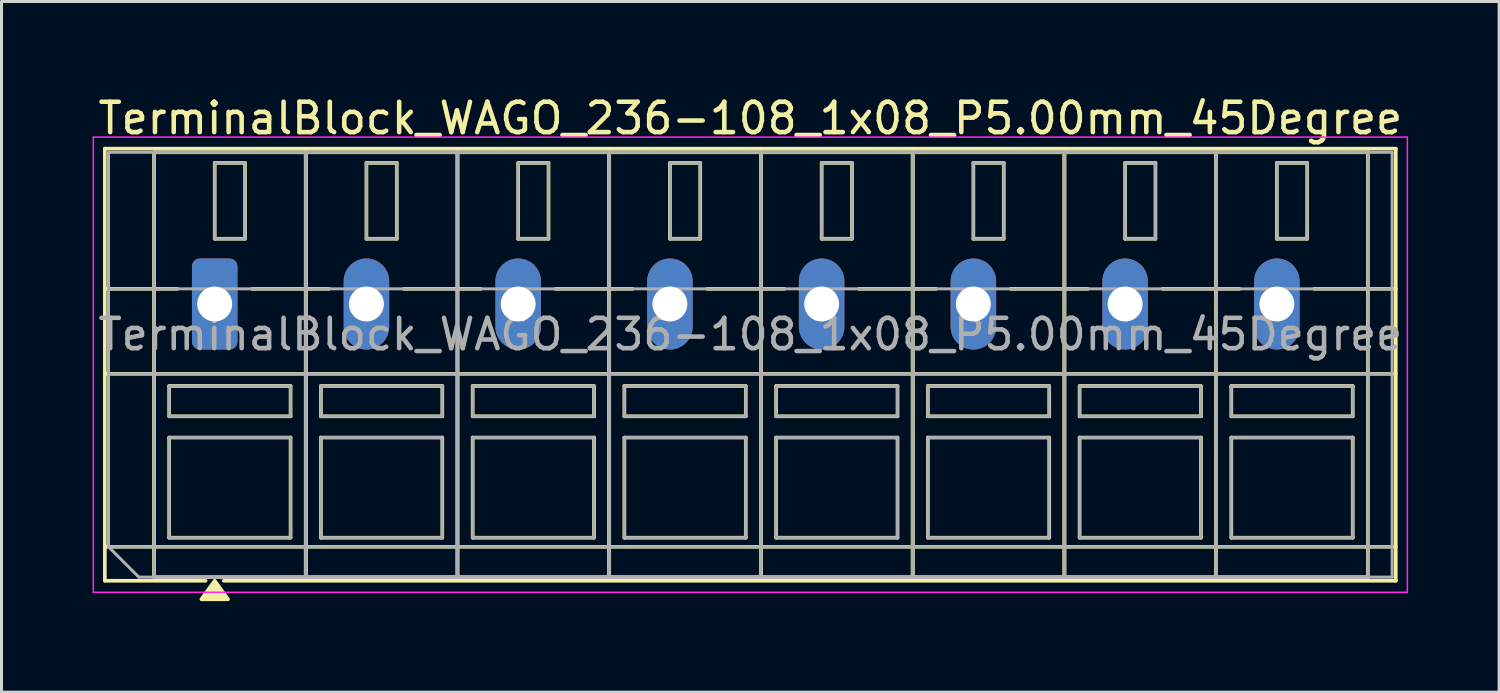
<source format=kicad_pcb>
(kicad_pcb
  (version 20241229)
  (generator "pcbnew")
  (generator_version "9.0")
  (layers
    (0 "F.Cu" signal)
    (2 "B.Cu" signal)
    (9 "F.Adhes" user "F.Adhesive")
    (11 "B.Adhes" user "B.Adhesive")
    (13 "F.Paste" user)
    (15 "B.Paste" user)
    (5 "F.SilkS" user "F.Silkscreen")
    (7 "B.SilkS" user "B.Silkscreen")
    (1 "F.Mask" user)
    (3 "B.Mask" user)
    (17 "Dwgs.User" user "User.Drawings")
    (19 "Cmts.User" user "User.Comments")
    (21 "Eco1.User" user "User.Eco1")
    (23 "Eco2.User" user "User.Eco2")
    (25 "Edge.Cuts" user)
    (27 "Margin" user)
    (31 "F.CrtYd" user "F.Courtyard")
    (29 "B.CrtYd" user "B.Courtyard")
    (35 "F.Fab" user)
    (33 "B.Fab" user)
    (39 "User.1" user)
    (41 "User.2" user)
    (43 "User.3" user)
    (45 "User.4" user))
  (footprint "TerminalBlock_WAGO_236-108_1x08_P5.00mm_45Degree"
    (layer "F.Cu")
    (at 4.025 6.968)
    (property "Reference" "TerminalBlock_WAGO_236-108_1x08_P5.00mm_45Degree" (at 17.65 -6.12 0) (layer "F.SilkS") (effects (font (size 1 1) (thickness 0.15))))
    (attr through_hole)
    (fp_line (start -3.62 -5.12) (end 38.92 -5.12) (stroke (width 0.12) (type solid)) (layer "F.SilkS"))
    (fp_line (start -3.62 -0.5) (end -1.23 -0.5) (stroke (width 0.12) (type solid)) (layer "F.SilkS"))
    (fp_line (start -3.62 2.3) (end 38.92 2.3) (stroke (width 0.12) (type solid)) (layer "F.SilkS"))
    (fp_line (start -3.62 8) (end 38.92 8) (stroke (width 0.12) (type solid)) (layer "F.SilkS"))
    (fp_line (start -3.62 9.12) (end -3.62 -5.12) (stroke (width 0.12) (type solid)) (layer "F.SilkS"))
    (fp_line (start -2 -5) (end 3 -5) (stroke (width 0.12) (type solid)) (layer "F.SilkS"))
    (fp_line (start -2 9) (end -2 -5) (stroke (width 0.12) (type solid)) (layer "F.SilkS"))
    (fp_line (start -1.5 2.7) (end 2.5 2.7) (stroke (width 0.12) (type solid)) (layer "F.SilkS"))
    (fp_line (start -1.5 3.7) (end -1.5 2.7) (stroke (width 0.12) (type solid)) (layer "F.SilkS"))
    (fp_line (start -1.5 4.4) (end 2.5 4.4) (stroke (width 0.12) (type solid)) (layer "F.SilkS"))
    (fp_line (start -1.5 7.7) (end -1.5 4.4) (stroke (width 0.12) (type solid)) (layer "F.SilkS"))
    (fp_line (start -0.3 9.12) (end -3.62 9.12) (stroke (width 0.12) (type solid)) (layer "F.SilkS"))
    (fp_line (start 0 -4.65) (end 1 -4.65) (stroke (width 0.12) (type solid)) (layer "F.SilkS"))
    (fp_line (start 0 -2.15) (end 0 -4.65) (stroke (width 0.12) (type solid)) (layer "F.SilkS"))
    (fp_line (start 1 -4.65) (end 1 -2.15) (stroke (width 0.12) (type solid)) (layer "F.SilkS"))
    (fp_line (start 1 -2.15) (end 0 -2.15) (stroke (width 0.12) (type solid)) (layer "F.SilkS"))
    (fp_line (start 1.23 -0.5) (end 3.77 -0.5) (stroke (width 0.12) (type solid)) (layer "F.SilkS"))
    (fp_line (start 2.5 2.7) (end 2.5 3.7) (stroke (width 0.12) (type solid)) (layer "F.SilkS"))
    (fp_line (start 2.5 3.7) (end -1.5 3.7) (stroke (width 0.12) (type solid)) (layer "F.SilkS"))
    (fp_line (start 2.5 4.4) (end 2.5 7.7) (stroke (width 0.12) (type solid)) (layer "F.SilkS"))
    (fp_line (start 2.5 7.7) (end -1.5 7.7) (stroke (width 0.12) (type solid)) (layer "F.SilkS"))
    (fp_line (start 3 -5) (end 3 9) (stroke (width 0.12) (type solid)) (layer "F.SilkS"))
    (fp_line (start 3 -5) (end 8 -5) (stroke (width 0.12) (type solid)) (layer "F.SilkS"))
    (fp_line (start 3 9) (end -2 9) (stroke (width 0.12) (type solid)) (layer "F.SilkS"))
    (fp_line (start 3 9) (end 3 -5) (stroke (width 0.12) (type solid)) (layer "F.SilkS"))
    (fp_line (start 3.5 2.7) (end 7.5 2.7) (stroke (width 0.12) (type solid)) (layer "F.SilkS"))
    (fp_line (start 3.5 3.7) (end 3.5 2.7) (stroke (width 0.12) (type solid)) (layer "F.SilkS"))
    (fp_line (start 3.5 4.4) (end 7.5 4.4) (stroke (width 0.12) (type solid)) (layer "F.SilkS"))
    (fp_line (start 3.5 7.7) (end 3.5 4.4) (stroke (width 0.12) (type solid)) (layer "F.SilkS"))
    (fp_line (start 5 -4.65) (end 6 -4.65) (stroke (width 0.12) (type solid)) (layer "F.SilkS"))
    (fp_line (start 5 -2.15) (end 5 -4.65) (stroke (width 0.12) (type solid)) (layer "F.SilkS"))
    (fp_line (start 6 -4.65) (end 6 -2.15) (stroke (width 0.12) (type solid)) (layer "F.SilkS"))
    (fp_line (start 6 -2.15) (end 5 -2.15) (stroke (width 0.12) (type solid)) (layer "F.SilkS"))
    (fp_line (start 6.23 -0.5) (end 8.77 -0.5) (stroke (width 0.12) (type solid)) (layer "F.SilkS"))
    (fp_line (start 7.5 2.7) (end 7.5 3.7) (stroke (width 0.12) (type solid)) (layer "F.SilkS"))
    (fp_line (start 7.5 3.7) (end 3.5 3.7) (stroke (width 0.12) (type solid)) (layer "F.SilkS"))
    (fp_line (start 7.5 4.4) (end 7.5 7.7) (stroke (width 0.12) (type solid)) (layer "F.SilkS"))
    (fp_line (start 7.5 7.7) (end 3.5 7.7) (stroke (width 0.12) (type solid)) (layer "F.SilkS"))
    (fp_line (start 8 -5) (end 8 9) (stroke (width 0.12) (type solid)) (layer "F.SilkS"))
    (fp_line (start 8 -5) (end 13 -5) (stroke (width 0.12) (type solid)) (layer "F.SilkS"))
    (fp_line (start 8 9) (end 3 9) (stroke (width 0.12) (type solid)) (layer "F.SilkS"))
    (fp_line (start 8 9) (end 8 -5) (stroke (width 0.12) (type solid)) (layer "F.SilkS"))
    (fp_line (start 8.5 2.7) (end 12.5 2.7) (stroke (width 0.12) (type solid)) (layer "F.SilkS"))
    (fp_line (start 8.5 3.7) (end 8.5 2.7) (stroke (width 0.12) (type solid)) (layer "F.SilkS"))
    (fp_line (start 8.5 4.4) (end 12.5 4.4) (stroke (width 0.12) (type solid)) (layer "F.SilkS"))
    (fp_line (start 8.5 7.7) (end 8.5 4.4) (stroke (width 0.12) (type solid)) (layer "F.SilkS"))
    (fp_line (start 10 -4.65) (end 11 -4.65) (stroke (width 0.12) (type solid)) (layer "F.SilkS"))
    (fp_line (start 10 -2.15) (end 10 -4.65) (stroke (width 0.12) (type solid)) (layer "F.SilkS"))
    (fp_line (start 11 -4.65) (end 11 -2.15) (stroke (width 0.12) (type solid)) (layer "F.SilkS"))
    (fp_line (start 11 -2.15) (end 10 -2.15) (stroke (width 0.12) (type solid)) (layer "F.SilkS"))
    (fp_line (start 11.23 -0.5) (end 13.77 -0.5) (stroke (width 0.12) (type solid)) (layer "F.SilkS"))
    (fp_line (start 12.5 2.7) (end 12.5 3.7) (stroke (width 0.12) (type solid)) (layer "F.SilkS"))
    (fp_line (start 12.5 3.7) (end 8.5 3.7) (stroke (width 0.12) (type solid)) (layer "F.SilkS"))
    (fp_line (start 12.5 4.4) (end 12.5 7.7) (stroke (width 0.12) (type solid)) (layer "F.SilkS"))
    (fp_line (start 12.5 7.7) (end 8.5 7.7) (stroke (width 0.12) (type solid)) (layer "F.SilkS"))
    (fp_line (start 13 -5) (end 13 9) (stroke (width 0.12) (type solid)) (layer "F.SilkS"))
    (fp_line (start 13 -5) (end 18 -5) (stroke (width 0.12) (type solid)) (layer "F.SilkS"))
    (fp_line (start 13 9) (end 8 9) (stroke (width 0.12) (type solid)) (layer "F.SilkS"))
    (fp_line (start 13 9) (end 13 -5) (stroke (width 0.12) (type solid)) (layer "F.SilkS"))
    (fp_line (start 13.5 2.7) (end 17.5 2.7) (stroke (width 0.12) (type solid)) (layer "F.SilkS"))
    (fp_line (start 13.5 3.7) (end 13.5 2.7) (stroke (width 0.12) (type solid)) (layer "F.SilkS"))
    (fp_line (start 13.5 4.4) (end 17.5 4.4) (stroke (width 0.12) (type solid)) (layer "F.SilkS"))
    (fp_line (start 13.5 7.7) (end 13.5 4.4) (stroke (width 0.12) (type solid)) (layer "F.SilkS"))
    (fp_line (start 15 -4.65) (end 16 -4.65) (stroke (width 0.12) (type solid)) (layer "F.SilkS"))
    (fp_line (start 15 -2.15) (end 15 -4.65) (stroke (width 0.12) (type solid)) (layer "F.SilkS"))
    (fp_line (start 16 -4.65) (end 16 -2.15) (stroke (width 0.12) (type solid)) (layer "F.SilkS"))
    (fp_line (start 16 -2.15) (end 15 -2.15) (stroke (width 0.12) (type solid)) (layer "F.SilkS"))
    (fp_line (start 16.23 -0.5) (end 18.77 -0.5) (stroke (width 0.12) (type solid)) (layer "F.SilkS"))
    (fp_line (start 17.5 2.7) (end 17.5 3.7) (stroke (width 0.12) (type solid)) (layer "F.SilkS"))
    (fp_line (start 17.5 3.7) (end 13.5 3.7) (stroke (width 0.12) (type solid)) (layer "F.SilkS"))
    (fp_line (start 17.5 4.4) (end 17.5 7.7) (stroke (width 0.12) (type solid)) (layer "F.SilkS"))
    (fp_line (start 17.5 7.7) (end 13.5 7.7) (stroke (width 0.12) (type solid)) (layer "F.SilkS"))
    (fp_line (start 18 -5) (end 18 9) (stroke (width 0.12) (type solid)) (layer "F.SilkS"))
    (fp_line (start 18 -5) (end 23 -5) (stroke (width 0.12) (type solid)) (layer "F.SilkS"))
    (fp_line (start 18 9) (end 13 9) (stroke (width 0.12) (type solid)) (layer "F.SilkS"))
    (fp_line (start 18 9) (end 18 -5) (stroke (width 0.12) (type solid)) (layer "F.SilkS"))
    (fp_line (start 18.5 2.7) (end 22.5 2.7) (stroke (width 0.12) (type solid)) (layer "F.SilkS"))
    (fp_line (start 18.5 3.7) (end 18.5 2.7) (stroke (width 0.12) (type solid)) (layer "F.SilkS"))
    (fp_line (start 18.5 4.4) (end 22.5 4.4) (stroke (width 0.12) (type solid)) (layer "F.SilkS"))
    (fp_line (start 18.5 7.7) (end 18.5 4.4) (stroke (width 0.12) (type solid)) (layer "F.SilkS"))
    (fp_line (start 20 -4.65) (end 21 -4.65) (stroke (width 0.12) (type solid)) (layer "F.SilkS"))
    (fp_line (start 20 -2.15) (end 20 -4.65) (stroke (width 0.12) (type solid)) (layer "F.SilkS"))
    (fp_line (start 21 -4.65) (end 21 -2.15) (stroke (width 0.12) (type solid)) (layer "F.SilkS"))
    (fp_line (start 21 -2.15) (end 20 -2.15) (stroke (width 0.12) (type solid)) (layer "F.SilkS"))
    (fp_line (start 21.23 -0.5) (end 23.77 -0.5) (stroke (width 0.12) (type solid)) (layer "F.SilkS"))
    (fp_line (start 22.5 2.7) (end 22.5 3.7) (stroke (width 0.12) (type solid)) (layer "F.SilkS"))
    (fp_line (start 22.5 3.7) (end 18.5 3.7) (stroke (width 0.12) (type solid)) (layer "F.SilkS"))
    (fp_line (start 22.5 4.4) (end 22.5 7.7) (stroke (width 0.12) (type solid)) (layer "F.SilkS"))
    (fp_line (start 22.5 7.7) (end 18.5 7.7) (stroke (width 0.12) (type solid)) (layer "F.SilkS"))
    (fp_line (start 23 -5) (end 23 9) (stroke (width 0.12) (type solid)) (layer "F.SilkS"))
    (fp_line (start 23 -5) (end 28 -5) (stroke (width 0.12) (type solid)) (layer "F.SilkS"))
    (fp_line (start 23 9) (end 18 9) (stroke (width 0.12) (type solid)) (layer "F.SilkS"))
    (fp_line (start 23 9) (end 23 -5) (stroke (width 0.12) (type solid)) (layer "F.SilkS"))
    (fp_line (start 23.5 2.7) (end 27.5 2.7) (stroke (width 0.12) (type solid)) (layer "F.SilkS"))
    (fp_line (start 23.5 3.7) (end 23.5 2.7) (stroke (width 0.12) (type solid)) (layer "F.SilkS"))
    (fp_line (start 23.5 4.4) (end 27.5 4.4) (stroke (width 0.12) (type solid)) (layer "F.SilkS"))
    (fp_line (start 23.5 7.7) (end 23.5 4.4) (stroke (width 0.12) (type solid)) (layer "F.SilkS"))
    (fp_line (start 25 -4.65) (end 26 -4.65) (stroke (width 0.12) (type solid)) (layer "F.SilkS"))
    (fp_line (start 25 -2.15) (end 25 -4.65) (stroke (width 0.12) (type solid)) (layer "F.SilkS"))
    (fp_line (start 26 -4.65) (end 26 -2.15) (stroke (width 0.12) (type solid)) (layer "F.SilkS"))
    (fp_line (start 26 -2.15) (end 25 -2.15) (stroke (width 0.12) (type solid)) (layer "F.SilkS"))
    (fp_line (start 26.23 -0.5) (end 28.77 -0.5) (stroke (width 0.12) (type solid)) (layer "F.SilkS"))
    (fp_line (start 27.5 2.7) (end 27.5 3.7) (stroke (width 0.12) (type solid)) (layer "F.SilkS"))
    (fp_line (start 27.5 3.7) (end 23.5 3.7) (stroke (width 0.12) (type solid)) (layer "F.SilkS"))
    (fp_line (start 27.5 4.4) (end 27.5 7.7) (stroke (width 0.12) (type solid)) (layer "F.SilkS"))
    (fp_line (start 27.5 7.7) (end 23.5 7.7) (stroke (width 0.12) (type solid)) (layer "F.SilkS"))
    (fp_line (start 28 -5) (end 28 9) (stroke (width 0.12) (type solid)) (layer "F.SilkS"))
    (fp_line (start 28 -5) (end 33 -5) (stroke (width 0.12) (type solid)) (layer "F.SilkS"))
    (fp_line (start 28 9) (end 23 9) (stroke (width 0.12) (type solid)) (layer "F.SilkS"))
    (fp_line (start 28 9) (end 28 -5) (stroke (width 0.12) (type solid)) (layer "F.SilkS"))
    (fp_line (start 28.5 2.7) (end 32.5 2.7) (stroke (width 0.12) (type solid)) (layer "F.SilkS"))
    (fp_line (start 28.5 3.7) (end 28.5 2.7) (stroke (width 0.12) (type solid)) (layer "F.SilkS"))
    (fp_line (start 28.5 4.4) (end 32.5 4.4) (stroke (width 0.12) (type solid)) (layer "F.SilkS"))
    (fp_line (start 28.5 7.7) (end 28.5 4.4) (stroke (width 0.12) (type solid)) (layer "F.SilkS"))
    (fp_line (start 30 -4.65) (end 31 -4.65) (stroke (width 0.12) (type solid)) (layer "F.SilkS"))
    (fp_line (start 30 -2.15) (end 30 -4.65) (stroke (width 0.12) (type solid)) (layer "F.SilkS"))
    (fp_line (start 31 -4.65) (end 31 -2.15) (stroke (width 0.12) (type solid)) (layer "F.SilkS"))
    (fp_line (start 31 -2.15) (end 30 -2.15) (stroke (width 0.12) (type solid)) (layer "F.SilkS"))
    (fp_line (start 31.23 -0.5) (end 33.77 -0.5) (stroke (width 0.12) (type solid)) (layer "F.SilkS"))
    (fp_line (start 32.5 2.7) (end 32.5 3.7) (stroke (width 0.12) (type solid)) (layer "F.SilkS"))
    (fp_line (start 32.5 3.7) (end 28.5 3.7) (stroke (width 0.12) (type solid)) (layer "F.SilkS"))
    (fp_line (start 32.5 4.4) (end 32.5 7.7) (stroke (width 0.12) (type solid)) (layer "F.SilkS"))
    (fp_line (start 32.5 7.7) (end 28.5 7.7) (stroke (width 0.12) (type solid)) (layer "F.SilkS"))
    (fp_line (start 33 -5) (end 33 9) (stroke (width 0.12) (type solid)) (layer "F.SilkS"))
    (fp_line (start 33 -5) (end 38 -5) (stroke (width 0.12) (type solid)) (layer "F.SilkS"))
    (fp_line (start 33 9) (end 28 9) (stroke (width 0.12) (type solid)) (layer "F.SilkS"))
    (fp_line (start 33 9) (end 33 -5) (stroke (width 0.12) (type solid)) (layer "F.SilkS"))
    (fp_line (start 33.5 2.7) (end 37.5 2.7) (stroke (width 0.12) (type solid)) (layer "F.SilkS"))
    (fp_line (start 33.5 3.7) (end 33.5 2.7) (stroke (width 0.12) (type solid)) (layer "F.SilkS"))
    (fp_line (start 33.5 4.4) (end 37.5 4.4) (stroke (width 0.12) (type solid)) (layer "F.SilkS"))
    (fp_line (start 33.5 7.7) (end 33.5 4.4) (stroke (width 0.12) (type solid)) (layer "F.SilkS"))
    (fp_line (start 35 -4.65) (end 36 -4.65) (stroke (width 0.12) (type solid)) (layer "F.SilkS"))
    (fp_line (start 35 -2.15) (end 35 -4.65) (stroke (width 0.12) (type solid)) (layer "F.SilkS"))
    (fp_line (start 36 -4.65) (end 36 -2.15) (stroke (width 0.12) (type solid)) (layer "F.SilkS"))
    (fp_line (start 36 -2.15) (end 35 -2.15) (stroke (width 0.12) (type solid)) (layer "F.SilkS"))
    (fp_line (start 36.23 -0.5) (end 38.92 -0.5) (stroke (width 0.12) (type solid)) (layer "F.SilkS"))
    (fp_line (start 37.5 2.7) (end 37.5 3.7) (stroke (width 0.12) (type solid)) (layer "F.SilkS"))
    (fp_line (start 37.5 3.7) (end 33.5 3.7) (stroke (width 0.12) (type solid)) (layer "F.SilkS"))
    (fp_line (start 37.5 4.4) (end 37.5 7.7) (stroke (width 0.12) (type solid)) (layer "F.SilkS"))
    (fp_line (start 37.5 7.7) (end 33.5 7.7) (stroke (width 0.12) (type solid)) (layer "F.SilkS"))
    (fp_line (start 38 -5) (end 38 9) (stroke (width 0.12) (type solid)) (layer "F.SilkS"))
    (fp_line (start 38 9) (end 33 9) (stroke (width 0.12) (type solid)) (layer "F.SilkS"))
    (fp_line (start 38.92 -5.12) (end 38.92 9.12) (stroke (width 0.12) (type solid)) (layer "F.SilkS"))
    (fp_line (start 38.92 9.12) (end 0.3 9.12) (stroke (width 0.12) (type solid)) (layer "F.SilkS"))
    (fp_poly (pts (xy 0 9.12) (xy 0.44 9.73) (xy -0.44 9.73)) (stroke (width 0.12) (type solid)) (fill yes) (layer "F.SilkS"))
    (fp_line (start -4 -5.5) (end -4 9.5) (stroke (width 0.05) (type solid)) (layer "F.CrtYd"))
    (fp_line (start -4 9.5) (end 39.3 9.5) (stroke (width 0.05) (type solid)) (layer "F.CrtYd"))
    (fp_line (start 39.3 -5.5) (end -4 -5.5) (stroke (width 0.05) (type solid)) (layer "F.CrtYd"))
    (fp_line (start 39.3 9.5) (end 39.3 -5.5) (stroke (width 0.05) (type solid)) (layer "F.CrtYd"))
    (fp_line (start -3.5 -5) (end 38.8 -5) (stroke (width 0.1) (type solid)) (layer "F.Fab"))
    (fp_line (start -3.5 -0.5) (end 38.8 -0.5) (stroke (width 0.1) (type solid)) (layer "F.Fab"))
    (fp_line (start -3.5 2.3) (end 38.8 2.3) (stroke (width 0.1) (type solid)) (layer "F.Fab"))
    (fp_line (start -3.5 8) (end -3.5 -5) (stroke (width 0.1) (type solid)) (layer "F.Fab"))
    (fp_line (start -3.5 8) (end 38.8 8) (stroke (width 0.1) (type solid)) (layer "F.Fab"))
    (fp_line (start -2.5 9) (end -3.5 8) (stroke (width 0.1) (type solid)) (layer "F.Fab"))
    (fp_line (start -2 -5) (end -2 9) (stroke (width 0.1) (type solid)) (layer "F.Fab"))
    (fp_line (start -2 9) (end 3 9) (stroke (width 0.1) (type solid)) (layer "F.Fab"))
    (fp_line (start -1.5 2.7) (end -1.5 3.7) (stroke (width 0.1) (type solid)) (layer "F.Fab"))
    (fp_line (start -1.5 3.7) (end 2.5 3.7) (stroke (width 0.1) (type solid)) (layer "F.Fab"))
    (fp_line (start -1.5 4.4) (end -1.5 7.7) (stroke (width 0.1) (type solid)) (layer "F.Fab"))
    (fp_line (start -1.5 7.7) (end 2.5 7.7) (stroke (width 0.1) (type solid)) (layer "F.Fab"))
    (fp_line (start 0 -4.65) (end 0 -2.15) (stroke (width 0.1) (type solid)) (layer "F.Fab"))
    (fp_line (start 0 -2.15) (end 1 -2.15) (stroke (width 0.1) (type solid)) (layer "F.Fab"))
    (fp_line (start 1 -4.65) (end 0 -4.65) (stroke (width 0.1) (type solid)) (layer "F.Fab"))
    (fp_line (start 1 -2.15) (end 1 -4.65) (stroke (width 0.1) (type solid)) (layer "F.Fab"))
    (fp_line (start 2.5 2.7) (end -1.5 2.7) (stroke (width 0.1) (type solid)) (layer "F.Fab"))
    (fp_line (start 2.5 3.7) (end 2.5 2.7) (stroke (width 0.1) (type solid)) (layer "F.Fab"))
    (fp_line (start 2.5 4.4) (end -1.5 4.4) (stroke (width 0.1) (type solid)) (layer "F.Fab"))
    (fp_line (start 2.5 7.7) (end 2.5 4.4) (stroke (width 0.1) (type solid)) (layer "F.Fab"))
    (fp_line (start 3 -5) (end -2 -5) (stroke (width 0.1) (type solid)) (layer "F.Fab"))
    (fp_line (start 3 -5) (end 3 9) (stroke (width 0.1) (type solid)) (layer "F.Fab"))
    (fp_line (start 3 9) (end 3 -5) (stroke (width 0.1) (type solid)) (layer "F.Fab"))
    (fp_line (start 3 9) (end 8 9) (stroke (width 0.1) (type solid)) (layer "F.Fab"))
    (fp_line (start 3.5 2.7) (end 3.5 3.7) (stroke (width 0.1) (type solid)) (layer "F.Fab"))
    (fp_line (start 3.5 3.7) (end 7.5 3.7) (stroke (width 0.1) (type solid)) (layer "F.Fab"))
    (fp_line (start 3.5 4.4) (end 3.5 7.7) (stroke (width 0.1) (type solid)) (layer "F.Fab"))
    (fp_line (start 3.5 7.7) (end 7.5 7.7) (stroke (width 0.1) (type solid)) (layer "F.Fab"))
    (fp_line (start 5 -4.65) (end 5 -2.15) (stroke (width 0.1) (type solid)) (layer "F.Fab"))
    (fp_line (start 5 -2.15) (end 6 -2.15) (stroke (width 0.1) (type solid)) (layer "F.Fab"))
    (fp_line (start 6 -4.65) (end 5 -4.65) (stroke (width 0.1) (type solid)) (layer "F.Fab"))
    (fp_line (start 6 -2.15) (end 6 -4.65) (stroke (width 0.1) (type solid)) (layer "F.Fab"))
    (fp_line (start 7.5 2.7) (end 3.5 2.7) (stroke (width 0.1) (type solid)) (layer "F.Fab"))
    (fp_line (start 7.5 3.7) (end 7.5 2.7) (stroke (width 0.1) (type solid)) (layer "F.Fab"))
    (fp_line (start 7.5 4.4) (end 3.5 4.4) (stroke (width 0.1) (type solid)) (layer "F.Fab"))
    (fp_line (start 7.5 7.7) (end 7.5 4.4) (stroke (width 0.1) (type solid)) (layer "F.Fab"))
    (fp_line (start 8 -5) (end 3 -5) (stroke (width 0.1) (type solid)) (layer "F.Fab"))
    (fp_line (start 8 -5) (end 8 9) (stroke (width 0.1) (type solid)) (layer "F.Fab"))
    (fp_line (start 8 9) (end 8 -5) (stroke (width 0.1) (type solid)) (layer "F.Fab"))
    (fp_line (start 8 9) (end 13 9) (stroke (width 0.1) (type solid)) (layer "F.Fab"))
    (fp_line (start 8.5 2.7) (end 8.5 3.7) (stroke (width 0.1) (type solid)) (layer "F.Fab"))
    (fp_line (start 8.5 3.7) (end 12.5 3.7) (stroke (width 0.1) (type solid)) (layer "F.Fab"))
    (fp_line (start 8.5 4.4) (end 8.5 7.7) (stroke (width 0.1) (type solid)) (layer "F.Fab"))
    (fp_line (start 8.5 7.7) (end 12.5 7.7) (stroke (width 0.1) (type solid)) (layer "F.Fab"))
    (fp_line (start 10 -4.65) (end 10 -2.15) (stroke (width 0.1) (type solid)) (layer "F.Fab"))
    (fp_line (start 10 -2.15) (end 11 -2.15) (stroke (width 0.1) (type solid)) (layer "F.Fab"))
    (fp_line (start 11 -4.65) (end 10 -4.65) (stroke (width 0.1) (type solid)) (layer "F.Fab"))
    (fp_line (start 11 -2.15) (end 11 -4.65) (stroke (width 0.1) (type solid)) (layer "F.Fab"))
    (fp_line (start 12.5 2.7) (end 8.5 2.7) (stroke (width 0.1) (type solid)) (layer "F.Fab"))
    (fp_line (start 12.5 3.7) (end 12.5 2.7) (stroke (width 0.1) (type solid)) (layer "F.Fab"))
    (fp_line (start 12.5 4.4) (end 8.5 4.4) (stroke (width 0.1) (type solid)) (layer "F.Fab"))
    (fp_line (start 12.5 7.7) (end 12.5 4.4) (stroke (width 0.1) (type solid)) (layer "F.Fab"))
    (fp_line (start 13 -5) (end 8 -5) (stroke (width 0.1) (type solid)) (layer "F.Fab"))
    (fp_line (start 13 -5) (end 13 9) (stroke (width 0.1) (type solid)) (layer "F.Fab"))
    (fp_line (start 13 9) (end 13 -5) (stroke (width 0.1) (type solid)) (layer "F.Fab"))
    (fp_line (start 13 9) (end 18 9) (stroke (width 0.1) (type solid)) (layer "F.Fab"))
    (fp_line (start 13.5 2.7) (end 13.5 3.7) (stroke (width 0.1) (type solid)) (layer "F.Fab"))
    (fp_line (start 13.5 3.7) (end 17.5 3.7) (stroke (width 0.1) (type solid)) (layer "F.Fab"))
    (fp_line (start 13.5 4.4) (end 13.5 7.7) (stroke (width 0.1) (type solid)) (layer "F.Fab"))
    (fp_line (start 13.5 7.7) (end 17.5 7.7) (stroke (width 0.1) (type solid)) (layer "F.Fab"))
    (fp_line (start 15 -4.65) (end 15 -2.15) (stroke (width 0.1) (type solid)) (layer "F.Fab"))
    (fp_line (start 15 -2.15) (end 16 -2.15) (stroke (width 0.1) (type solid)) (layer "F.Fab"))
    (fp_line (start 16 -4.65) (end 15 -4.65) (stroke (width 0.1) (type solid)) (layer "F.Fab"))
    (fp_line (start 16 -2.15) (end 16 -4.65) (stroke (width 0.1) (type solid)) (layer "F.Fab"))
    (fp_line (start 17.5 2.7) (end 13.5 2.7) (stroke (width 0.1) (type solid)) (layer "F.Fab"))
    (fp_line (start 17.5 3.7) (end 17.5 2.7) (stroke (width 0.1) (type solid)) (layer "F.Fab"))
    (fp_line (start 17.5 4.4) (end 13.5 4.4) (stroke (width 0.1) (type solid)) (layer "F.Fab"))
    (fp_line (start 17.5 7.7) (end 17.5 4.4) (stroke (width 0.1) (type solid)) (layer "F.Fab"))
    (fp_line (start 18 -5) (end 13 -5) (stroke (width 0.1) (type solid)) (layer "F.Fab"))
    (fp_line (start 18 -5) (end 18 9) (stroke (width 0.1) (type solid)) (layer "F.Fab"))
    (fp_line (start 18 9) (end 18 -5) (stroke (width 0.1) (type solid)) (layer "F.Fab"))
    (fp_line (start 18 9) (end 23 9) (stroke (width 0.1) (type solid)) (layer "F.Fab"))
    (fp_line (start 18.5 2.7) (end 18.5 3.7) (stroke (width 0.1) (type solid)) (layer "F.Fab"))
    (fp_line (start 18.5 3.7) (end 22.5 3.7) (stroke (width 0.1) (type solid)) (layer "F.Fab"))
    (fp_line (start 18.5 4.4) (end 18.5 7.7) (stroke (width 0.1) (type solid)) (layer "F.Fab"))
    (fp_line (start 18.5 7.7) (end 22.5 7.7) (stroke (width 0.1) (type solid)) (layer "F.Fab"))
    (fp_line (start 20 -4.65) (end 20 -2.15) (stroke (width 0.1) (type solid)) (layer "F.Fab"))
    (fp_line (start 20 -2.15) (end 21 -2.15) (stroke (width 0.1) (type solid)) (layer "F.Fab"))
    (fp_line (start 21 -4.65) (end 20 -4.65) (stroke (width 0.1) (type solid)) (layer "F.Fab"))
    (fp_line (start 21 -2.15) (end 21 -4.65) (stroke (width 0.1) (type solid)) (layer "F.Fab"))
    (fp_line (start 22.5 2.7) (end 18.5 2.7) (stroke (width 0.1) (type solid)) (layer "F.Fab"))
    (fp_line (start 22.5 3.7) (end 22.5 2.7) (stroke (width 0.1) (type solid)) (layer "F.Fab"))
    (fp_line (start 22.5 4.4) (end 18.5 4.4) (stroke (width 0.1) (type solid)) (layer "F.Fab"))
    (fp_line (start 22.5 7.7) (end 22.5 4.4) (stroke (width 0.1) (type solid)) (layer "F.Fab"))
    (fp_line (start 23 -5) (end 18 -5) (stroke (width 0.1) (type solid)) (layer "F.Fab"))
    (fp_line (start 23 -5) (end 23 9) (stroke (width 0.1) (type solid)) (layer "F.Fab"))
    (fp_line (start 23 9) (end 23 -5) (stroke (width 0.1) (type solid)) (layer "F.Fab"))
    (fp_line (start 23 9) (end 28 9) (stroke (width 0.1) (type solid)) (layer "F.Fab"))
    (fp_line (start 23.5 2.7) (end 23.5 3.7) (stroke (width 0.1) (type solid)) (layer "F.Fab"))
    (fp_line (start 23.5 3.7) (end 27.5 3.7) (stroke (width 0.1) (type solid)) (layer "F.Fab"))
    (fp_line (start 23.5 4.4) (end 23.5 7.7) (stroke (width 0.1) (type solid)) (layer "F.Fab"))
    (fp_line (start 23.5 7.7) (end 27.5 7.7) (stroke (width 0.1) (type solid)) (layer "F.Fab"))
    (fp_line (start 25 -4.65) (end 25 -2.15) (stroke (width 0.1) (type solid)) (layer "F.Fab"))
    (fp_line (start 25 -2.15) (end 26 -2.15) (stroke (width 0.1) (type solid)) (layer "F.Fab"))
    (fp_line (start 26 -4.65) (end 25 -4.65) (stroke (width 0.1) (type solid)) (layer "F.Fab"))
    (fp_line (start 26 -2.15) (end 26 -4.65) (stroke (width 0.1) (type solid)) (layer "F.Fab"))
    (fp_line (start 27.5 2.7) (end 23.5 2.7) (stroke (width 0.1) (type solid)) (layer "F.Fab"))
    (fp_line (start 27.5 3.7) (end 27.5 2.7) (stroke (width 0.1) (type solid)) (layer "F.Fab"))
    (fp_line (start 27.5 4.4) (end 23.5 4.4) (stroke (width 0.1) (type solid)) (layer "F.Fab"))
    (fp_line (start 27.5 7.7) (end 27.5 4.4) (stroke (width 0.1) (type solid)) (layer "F.Fab"))
    (fp_line (start 28 -5) (end 23 -5) (stroke (width 0.1) (type solid)) (layer "F.Fab"))
    (fp_line (start 28 -5) (end 28 9) (stroke (width 0.1) (type solid)) (layer "F.Fab"))
    (fp_line (start 28 9) (end 28 -5) (stroke (width 0.1) (type solid)) (layer "F.Fab"))
    (fp_line (start 28 9) (end 33 9) (stroke (width 0.1) (type solid)) (layer "F.Fab"))
    (fp_line (start 28.5 2.7) (end 28.5 3.7) (stroke (width 0.1) (type solid)) (layer "F.Fab"))
    (fp_line (start 28.5 3.7) (end 32.5 3.7) (stroke (width 0.1) (type solid)) (layer "F.Fab"))
    (fp_line (start 28.5 4.4) (end 28.5 7.7) (stroke (width 0.1) (type solid)) (layer "F.Fab"))
    (fp_line (start 28.5 7.7) (end 32.5 7.7) (stroke (width 0.1) (type solid)) (layer "F.Fab"))
    (fp_line (start 30 -4.65) (end 30 -2.15) (stroke (width 0.1) (type solid)) (layer "F.Fab"))
    (fp_line (start 30 -2.15) (end 31 -2.15) (stroke (width 0.1) (type solid)) (layer "F.Fab"))
    (fp_line (start 31 -4.65) (end 30 -4.65) (stroke (width 0.1) (type solid)) (layer "F.Fab"))
    (fp_line (start 31 -2.15) (end 31 -4.65) (stroke (width 0.1) (type solid)) (layer "F.Fab"))
    (fp_line (start 32.5 2.7) (end 28.5 2.7) (stroke (width 0.1) (type solid)) (layer "F.Fab"))
    (fp_line (start 32.5 3.7) (end 32.5 2.7) (stroke (width 0.1) (type solid)) (layer "F.Fab"))
    (fp_line (start 32.5 4.4) (end 28.5 4.4) (stroke (width 0.1) (type solid)) (layer "F.Fab"))
    (fp_line (start 32.5 7.7) (end 32.5 4.4) (stroke (width 0.1) (type solid)) (layer "F.Fab"))
    (fp_line (start 33 -5) (end 28 -5) (stroke (width 0.1) (type solid)) (layer "F.Fab"))
    (fp_line (start 33 -5) (end 33 9) (stroke (width 0.1) (type solid)) (layer "F.Fab"))
    (fp_line (start 33 9) (end 33 -5) (stroke (width 0.1) (type solid)) (layer "F.Fab"))
    (fp_line (start 33 9) (end 38 9) (stroke (width 0.1) (type solid)) (layer "F.Fab"))
    (fp_line (start 33.5 2.7) (end 33.5 3.7) (stroke (width 0.1) (type solid)) (layer "F.Fab"))
    (fp_line (start 33.5 3.7) (end 37.5 3.7) (stroke (width 0.1) (type solid)) (layer "F.Fab"))
    (fp_line (start 33.5 4.4) (end 33.5 7.7) (stroke (width 0.1) (type solid)) (layer "F.Fab"))
    (fp_line (start 33.5 7.7) (end 37.5 7.7) (stroke (width 0.1) (type solid)) (layer "F.Fab"))
    (fp_line (start 35 -4.65) (end 35 -2.15) (stroke (width 0.1) (type solid)) (layer "F.Fab"))
    (fp_line (start 35 -2.15) (end 36 -2.15) (stroke (width 0.1) (type solid)) (layer "F.Fab"))
    (fp_line (start 36 -4.65) (end 35 -4.65) (stroke (width 0.1) (type solid)) (layer "F.Fab"))
    (fp_line (start 36 -2.15) (end 36 -4.65) (stroke (width 0.1) (type solid)) (layer "F.Fab"))
    (fp_line (start 37.5 2.7) (end 33.5 2.7) (stroke (width 0.1) (type solid)) (layer "F.Fab"))
    (fp_line (start 37.5 3.7) (end 37.5 2.7) (stroke (width 0.1) (type solid)) (layer "F.Fab"))
    (fp_line (start 37.5 4.4) (end 33.5 4.4) (stroke (width 0.1) (type solid)) (layer "F.Fab"))
    (fp_line (start 37.5 7.7) (end 37.5 4.4) (stroke (width 0.1) (type solid)) (layer "F.Fab"))
    (fp_line (start 38 -5) (end 33 -5) (stroke (width 0.1) (type solid)) (layer "F.Fab"))
    (fp_line (start 38 9) (end 38 -5) (stroke (width 0.1) (type solid)) (layer "F.Fab"))
    (fp_line (start 38.8 -5) (end 38.8 9) (stroke (width 0.1) (type solid)) (layer "F.Fab"))
    (fp_line (start 38.8 9) (end -2.5 9) (stroke (width 0.1) (type solid)) (layer "F.Fab"))
    (fp_text user "${REFERENCE}" (at 17.65 1 0) (layer "F.Fab") (effects (font (size 1 1) (thickness 0.15))))
    (pad "1" thru_hole roundrect (at 0 0) (size 1.5 3) (drill 1.15) (layers "*.Cu" "*.Mask") (roundrect_rratio 0.167))
    (pad "2" thru_hole oval (at 5 0) (size 1.5 3) (drill 1.15) (layers "*.Cu" "*.Mask"))
    (pad "3" thru_hole oval (at 10 0) (size 1.5 3) (drill 1.15) (layers "*.Cu" "*.Mask"))
    (pad "4" thru_hole oval (at 15 0) (size 1.5 3) (drill 1.15) (layers "*.Cu" "*.Mask"))
    (pad "5" thru_hole oval (at 20 0) (size 1.5 3) (drill 1.15) (layers "*.Cu" "*.Mask"))
    (pad "6" thru_hole oval (at 25 0) (size 1.5 3) (drill 1.15) (layers "*.Cu" "*.Mask"))
    (pad "7" thru_hole oval (at 30 0) (size 1.5 3) (drill 1.15) (layers "*.Cu" "*.Mask"))
    (pad "8" thru_hole oval (at 35 0) (size 1.5 3) (drill 1.15) (layers "*.Cu" "*.Mask")))
  (gr_rect
    (start -3 -3)
    (end 46.35 19.758)
    (stroke (width 0.1) (type default))
    (fill no)
    (layer "Edge.Cuts")))
</source>
